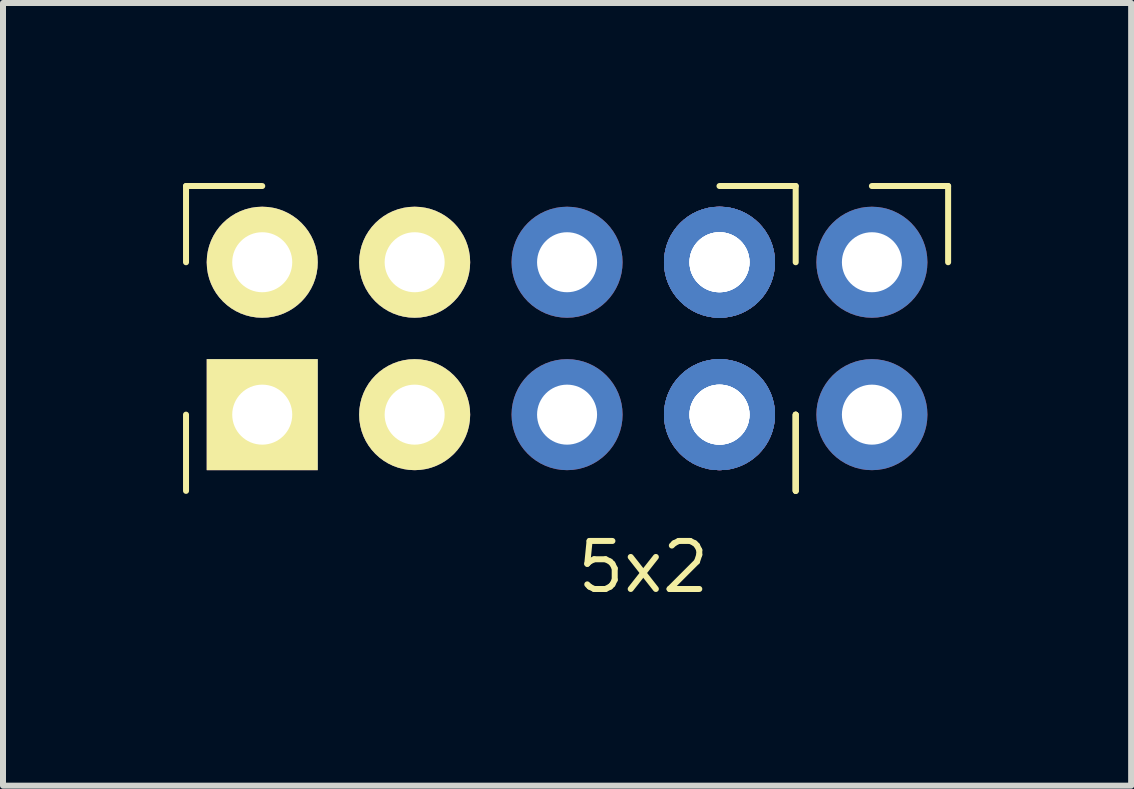
<source format=kicad_pcb>
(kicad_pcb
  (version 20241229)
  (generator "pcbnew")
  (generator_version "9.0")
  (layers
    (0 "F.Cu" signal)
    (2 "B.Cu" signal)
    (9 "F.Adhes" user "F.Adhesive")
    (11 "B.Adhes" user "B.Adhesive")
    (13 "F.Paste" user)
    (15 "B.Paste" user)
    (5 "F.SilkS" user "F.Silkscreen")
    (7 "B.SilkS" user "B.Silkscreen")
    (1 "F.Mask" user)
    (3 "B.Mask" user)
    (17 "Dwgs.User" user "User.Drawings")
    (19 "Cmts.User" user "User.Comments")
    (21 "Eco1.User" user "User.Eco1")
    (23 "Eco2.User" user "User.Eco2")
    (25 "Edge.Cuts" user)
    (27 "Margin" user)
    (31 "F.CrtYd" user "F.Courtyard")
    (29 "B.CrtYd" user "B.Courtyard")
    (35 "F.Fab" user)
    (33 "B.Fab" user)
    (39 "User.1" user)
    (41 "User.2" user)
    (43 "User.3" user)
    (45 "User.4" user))
  (footprint "5x2"
    (layer "F.Cu")
    (at 1.32 3.86)
    (property "Reference" "5x2" (at 6.35 2.54 0) (layer "F.SilkS") (effects (font (size 0.8 0.8) (thickness 0.1))))
    (attr through_hole)
    (fp_line (start -1.27 -3.81) (end -1.27 -2.54) (stroke (width 0.1) (type solid)) (layer "F.SilkS"))
    (fp_line (start -1.27 0) (end -1.27 1.27) (stroke (width 0.1) (type solid)) (layer "F.SilkS"))
    (fp_line (start 0 -3.81) (end -1.27 -3.81) (stroke (width 0.1) (type solid)) (layer "F.SilkS"))
    (fp_line (start 7.62 -3.81) (end 8.89 -3.81) (stroke (width 0.1) (type solid)) (layer "F.SilkS"))
    (fp_line (start 8.89 -3.81) (end 8.89 -2.54) (stroke (width 0.1) (type solid)) (layer "F.SilkS"))
    (fp_line (start 8.89 0) (end 8.89 1.27) (stroke (width 0.1) (type solid)) (layer "F.SilkS"))
    (fp_line (start 8.89 0) (end 8.89 1.27) (stroke (width 0.1) (type solid)) (layer "F.SilkS"))
    (fp_line (start 8.89 0) (end 8.89 1.27) (stroke (width 0.1) (type solid)) (layer "F.SilkS"))
    (fp_line (start 10.16 -3.81) (end 11.43 -3.81) (stroke (width 0.1) (type solid)) (layer "F.SilkS"))
    (fp_line (start 11.43 -3.81) (end 11.43 -2.54) (stroke (width 0.1) (type solid)) (layer "F.SilkS"))
    (pad "1" thru_hole rect (at 0 0) (size 1.85 1.85) (drill 1) (layers "*.Cu" "*.Mask" "F.SilkS"))
    (pad "2" thru_hole circle (at 0 -2.54) (size 1.85 1.85) (drill 1) (layers "*.Cu" "*.Mask" "F.SilkS"))
    (pad "3" thru_hole circle (at 2.54 0) (size 1.85 1.85) (drill 1) (layers "*.Cu" "*.Mask" "F.SilkS"))
    (pad "4" thru_hole circle (at 2.54 -2.54) (size 1.85 1.85) (drill 1) (layers "*.Cu" "*.Mask" "F.SilkS"))
    (pad "5" thru_hole circle (at 5.08 0) (size 1.85 1.85) (drill 1) (layers "*.Cu" "*.Mask"))
    (pad "6" thru_hole circle (at 5.08 -2.54) (size 1.85 1.85) (drill 1) (layers "*.Cu" "*.Mask"))
    (pad "7" thru_hole circle (at 7.62 0) (size 1.85 1.85) (drill 1) (layers "*.Cu" "*.Mask"))
    (pad "7" thru_hole circle (at 7.62 0) (size 1.85 1.85) (drill 1) (layers "*.Cu" "*.Mask"))
    (pad "7" thru_hole circle (at 7.62 0) (size 1.85 1.85) (drill 1) (layers "*.Cu" "*.Mask"))
    (pad "7" thru_hole circle (at 7.62 0) (size 1.85 1.85) (drill 1) (layers "*.Cu" "*.Mask"))
    (pad "8" thru_hole circle (at 7.62 -2.54) (size 1.85 1.85) (drill 1) (layers "*.Cu" "*.Mask"))
    (pad "8" thru_hole circle (at 7.62 -2.54) (size 1.85 1.85) (drill 1) (layers "*.Cu" "*.Mask"))
    (pad "8" thru_hole circle (at 7.62 -2.54) (size 1.85 1.85) (drill 1) (layers "*.Cu" "*.Mask"))
    (pad "8" thru_hole circle (at 7.62 -2.54) (size 1.85 1.85) (drill 1) (layers "*.Cu" "*.Mask"))
    (pad "9" thru_hole circle (at 10.16 0) (size 1.85 1.85) (drill 1) (layers "*.Cu" "*.Mask"))
    (pad "10" thru_hole circle (at 10.16 -2.54) (size 1.85 1.85) (drill 1) (layers "*.Cu" "*.Mask")))
  (gr_rect
    (start -3 -3)
    (end 15.8 10.043)
    (stroke (width 0.1) (type default))
    (fill no)
    (layer "Edge.Cuts")))
</source>
